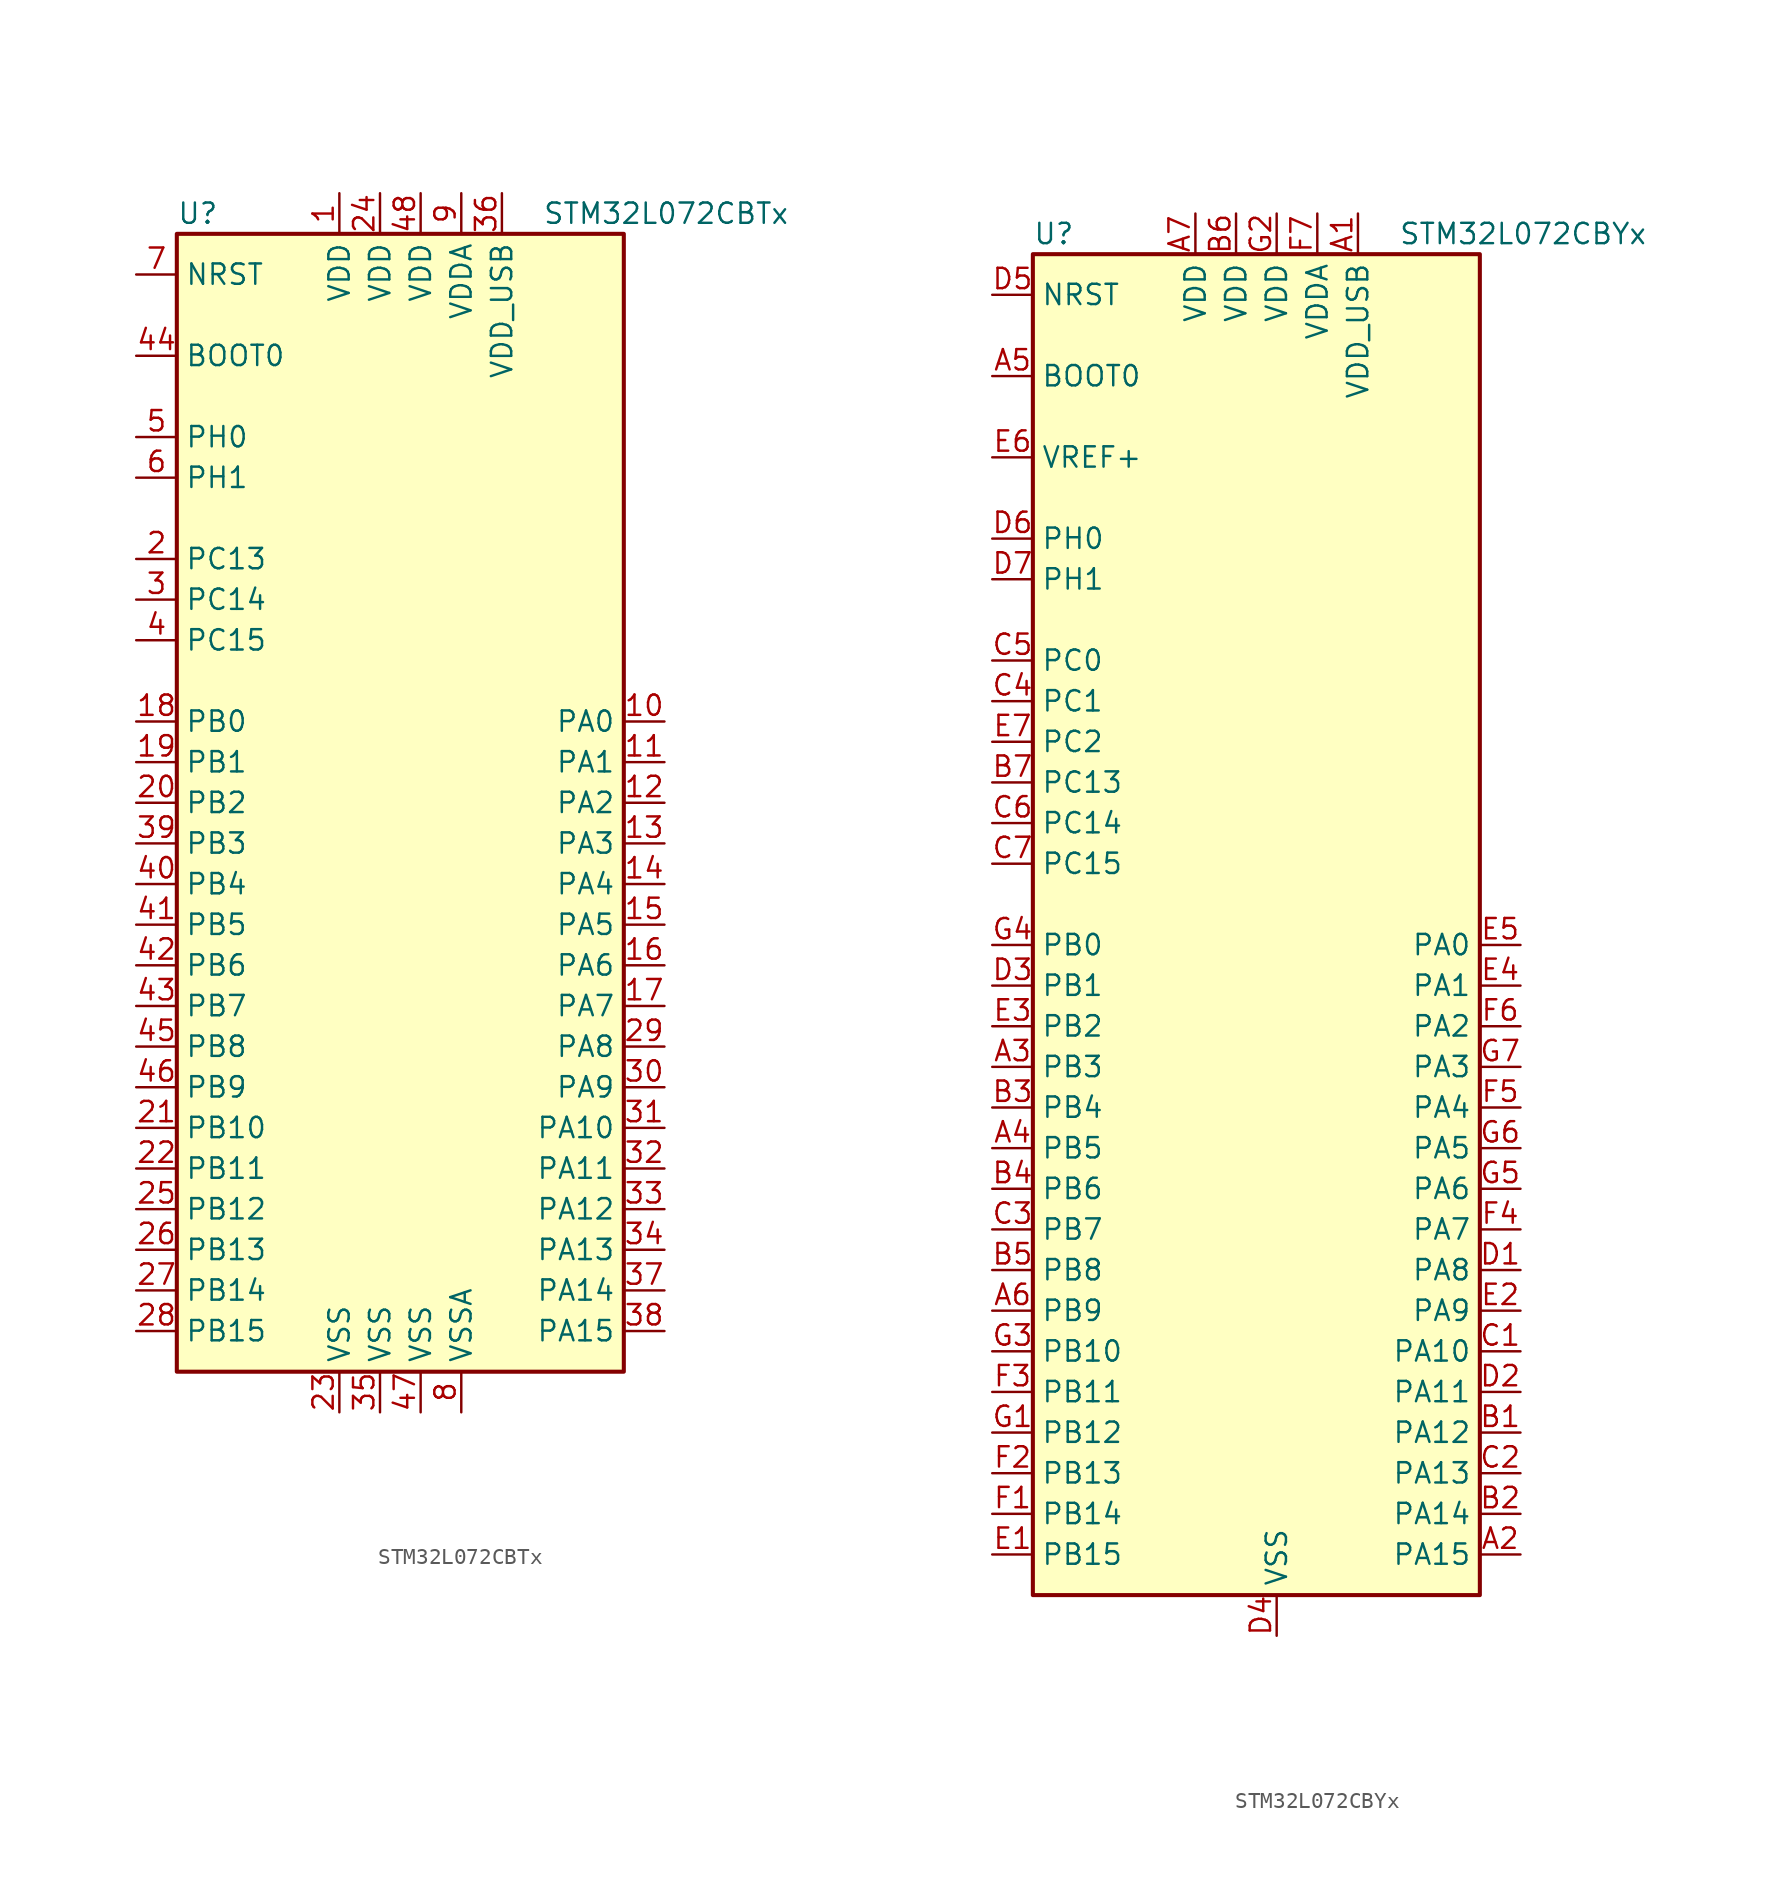
<source format=kicad_sym>
(kicad_symbol_lib
  (version 20211014)
  (generator kicad_symbol_editor)
  (symbol "STM32L072CBTx"
    (property "Reference" "U"
      (at -15.24 36.83 0)
      (effects (font (size 1.27 1.27)) (justify left)))
    (property "Value" "STM32L072CBTx"
      (at 7.62 36.83 0)
      (effects (font (size 1.27 1.27)) (justify left)))
    (symbol "STM32L072CBTx_0_1"
      (rectangle (start -15.24 -35.56) (end 12.7 35.56) (stroke (width 0.254) (type default) (color 0 0 0 0)) (fill (type background))))
    (symbol "STM32L072CBTx_1_1"
      (pin power_in line (at -5.08 38.1 270) (length 2.54) (name "VDD" (effects (font (size 1.27 1.27)))) (number "1" (effects (font (size 1.27 1.27)))))
      (pin bidirectional line (at 15.24 5.08 180) (length 2.54) (name "PA0" (effects (font (size 1.27 1.27)))) (number "10" (effects (font (size 1.27 1.27)))))
      (pin bidirectional line (at 15.24 2.54 180) (length 2.54) (name "PA1" (effects (font (size 1.27 1.27)))) (number "11" (effects (font (size 1.27 1.27)))))
      (pin bidirectional line (at 15.24 0 180) (length 2.54) (name "PA2" (effects (font (size 1.27 1.27)))) (number "12" (effects (font (size 1.27 1.27)))))
      (pin bidirectional line (at 15.24 -2.54 180) (length 2.54) (name "PA3" (effects (font (size 1.27 1.27)))) (number "13" (effects (font (size 1.27 1.27)))))
      (pin bidirectional line (at 15.24 -5.08 180) (length 2.54) (name "PA4" (effects (font (size 1.27 1.27)))) (number "14" (effects (font (size 1.27 1.27)))))
      (pin bidirectional line (at 15.24 -7.62 180) (length 2.54) (name "PA5" (effects (font (size 1.27 1.27)))) (number "15" (effects (font (size 1.27 1.27)))))
      (pin bidirectional line (at 15.24 -10.16 180) (length 2.54) (name "PA6" (effects (font (size 1.27 1.27)))) (number "16" (effects (font (size 1.27 1.27)))))
      (pin bidirectional line (at 15.24 -12.7 180) (length 2.54) (name "PA7" (effects (font (size 1.27 1.27)))) (number "17" (effects (font (size 1.27 1.27)))))
      (pin bidirectional line (at -17.78 5.08 0) (length 2.54) (name "PB0" (effects (font (size 1.27 1.27)))) (number "18" (effects (font (size 1.27 1.27)))))
      (pin bidirectional line (at -17.78 2.54 0) (length 2.54) (name "PB1" (effects (font (size 1.27 1.27)))) (number "19" (effects (font (size 1.27 1.27)))))
      (pin bidirectional line (at -17.78 15.24 0) (length 2.54) (name "PC13" (effects (font (size 1.27 1.27)))) (number "2" (effects (font (size 1.27 1.27)))))
      (pin bidirectional line (at -17.78 0 0) (length 2.54) (name "PB2" (effects (font (size 1.27 1.27)))) (number "20" (effects (font (size 1.27 1.27)))))
      (pin bidirectional line (at -17.78 -20.32 0) (length 2.54) (name "PB10" (effects (font (size 1.27 1.27)))) (number "21" (effects (font (size 1.27 1.27)))))
      (pin bidirectional line (at -17.78 -22.86 0) (length 2.54) (name "PB11" (effects (font (size 1.27 1.27)))) (number "22" (effects (font (size 1.27 1.27)))))
      (pin power_in line (at -5.08 -38.1 90) (length 2.54) (name "VSS" (effects (font (size 1.27 1.27)))) (number "23" (effects (font (size 1.27 1.27)))))
      (pin power_in line (at -2.54 38.1 270) (length 2.54) (name "VDD" (effects (font (size 1.27 1.27)))) (number "24" (effects (font (size 1.27 1.27)))))
      (pin bidirectional line (at -17.78 -25.4 0) (length 2.54) (name "PB12" (effects (font (size 1.27 1.27)))) (number "25" (effects (font (size 1.27 1.27)))))
      (pin bidirectional line (at -17.78 -27.94 0) (length 2.54) (name "PB13" (effects (font (size 1.27 1.27)))) (number "26" (effects (font (size 1.27 1.27)))))
      (pin bidirectional line (at -17.78 -30.48 0) (length 2.54) (name "PB14" (effects (font (size 1.27 1.27)))) (number "27" (effects (font (size 1.27 1.27)))))
      (pin bidirectional line (at -17.78 -33.02 0) (length 2.54) (name "PB15" (effects (font (size 1.27 1.27)))) (number "28" (effects (font (size 1.27 1.27)))))
      (pin bidirectional line (at 15.24 -15.24 180) (length 2.54) (name "PA8" (effects (font (size 1.27 1.27)))) (number "29" (effects (font (size 1.27 1.27)))))
      (pin bidirectional line (at -17.78 12.7 0) (length 2.54) (name "PC14" (effects (font (size 1.27 1.27)))) (number "3" (effects (font (size 1.27 1.27)))))
      (pin bidirectional line (at 15.24 -17.78 180) (length 2.54) (name "PA9" (effects (font (size 1.27 1.27)))) (number "30" (effects (font (size 1.27 1.27)))))
      (pin bidirectional line (at 15.24 -20.32 180) (length 2.54) (name "PA10" (effects (font (size 1.27 1.27)))) (number "31" (effects (font (size 1.27 1.27)))))
      (pin bidirectional line (at 15.24 -22.86 180) (length 2.54) (name "PA11" (effects (font (size 1.27 1.27)))) (number "32" (effects (font (size 1.27 1.27)))))
      (pin bidirectional line (at 15.24 -25.4 180) (length 2.54) (name "PA12" (effects (font (size 1.27 1.27)))) (number "33" (effects (font (size 1.27 1.27)))))
      (pin bidirectional line (at 15.24 -27.94 180) (length 2.54) (name "PA13" (effects (font (size 1.27 1.27)))) (number "34" (effects (font (size 1.27 1.27)))))
      (pin power_in line (at -2.54 -38.1 90) (length 2.54) (name "VSS" (effects (font (size 1.27 1.27)))) (number "35" (effects (font (size 1.27 1.27)))))
      (pin power_in line (at 5.08 38.1 270) (length 2.54) (name "VDD_USB" (effects (font (size 1.27 1.27)))) (number "36" (effects (font (size 1.27 1.27)))))
      (pin bidirectional line (at 15.24 -30.48 180) (length 2.54) (name "PA14" (effects (font (size 1.27 1.27)))) (number "37" (effects (font (size 1.27 1.27)))))
      (pin bidirectional line (at 15.24 -33.02 180) (length 2.54) (name "PA15" (effects (font (size 1.27 1.27)))) (number "38" (effects (font (size 1.27 1.27)))))
      (pin bidirectional line (at -17.78 -2.54 0) (length 2.54) (name "PB3" (effects (font (size 1.27 1.27)))) (number "39" (effects (font (size 1.27 1.27)))))
      (pin bidirectional line (at -17.78 10.16 0) (length 2.54) (name "PC15" (effects (font (size 1.27 1.27)))) (number "4" (effects (font (size 1.27 1.27)))))
      (pin bidirectional line (at -17.78 -5.08 0) (length 2.54) (name "PB4" (effects (font (size 1.27 1.27)))) (number "40" (effects (font (size 1.27 1.27)))))
      (pin bidirectional line (at -17.78 -7.62 0) (length 2.54) (name "PB5" (effects (font (size 1.27 1.27)))) (number "41" (effects (font (size 1.27 1.27)))))
      (pin bidirectional line (at -17.78 -10.16 0) (length 2.54) (name "PB6" (effects (font (size 1.27 1.27)))) (number "42" (effects (font (size 1.27 1.27)))))
      (pin bidirectional line (at -17.78 -12.7 0) (length 2.54) (name "PB7" (effects (font (size 1.27 1.27)))) (number "43" (effects (font (size 1.27 1.27)))))
      (pin input line (at -17.78 27.94 0) (length 2.54) (name "BOOT0" (effects (font (size 1.27 1.27)))) (number "44" (effects (font (size 1.27 1.27)))))
      (pin bidirectional line (at -17.78 -15.24 0) (length 2.54) (name "PB8" (effects (font (size 1.27 1.27)))) (number "45" (effects (font (size 1.27 1.27)))))
      (pin bidirectional line (at -17.78 -17.78 0) (length 2.54) (name "PB9" (effects (font (size 1.27 1.27)))) (number "46" (effects (font (size 1.27 1.27)))))
      (pin power_in line (at 0 -38.1 90) (length 2.54) (name "VSS" (effects (font (size 1.27 1.27)))) (number "47" (effects (font (size 1.27 1.27)))))
      (pin power_in line (at 0 38.1 270) (length 2.54) (name "VDD" (effects (font (size 1.27 1.27)))) (number "48" (effects (font (size 1.27 1.27)))))
      (pin input line (at -17.78 22.86 0) (length 2.54) (name "PH0" (effects (font (size 1.27 1.27)))) (number "5" (effects (font (size 1.27 1.27)))))
      (pin input line (at -17.78 20.32 0) (length 2.54) (name "PH1" (effects (font (size 1.27 1.27)))) (number "6" (effects (font (size 1.27 1.27)))))
      (pin input line (at -17.78 33.02 0) (length 2.54) (name "NRST" (effects (font (size 1.27 1.27)))) (number "7" (effects (font (size 1.27 1.27)))))
      (pin power_in line (at 2.54 -38.1 90) (length 2.54) (name "VSSA" (effects (font (size 1.27 1.27)))) (number "8" (effects (font (size 1.27 1.27)))))
      (pin power_in line (at 2.54 38.1 270) (length 2.54) (name "VDDA" (effects (font (size 1.27 1.27)))) (number "9" (effects (font (size 1.27 1.27)))))))
  (symbol "STM32L072CBYx"
    (property "Reference" "U"
      (at -15.24 41.91 0)
      (effects (font (size 1.27 1.27)) (justify left)))
    (property "Value" "STM32L072CBYx"
      (at 7.62 41.91 0)
      (effects (font (size 1.27 1.27)) (justify left)))
    (symbol "STM32L072CBYx_0_1"
      (rectangle (start -15.24 -43.18) (end 12.7 40.64) (stroke (width 0.254) (type default) (color 0 0 0 0)) (fill (type background))))
    (symbol "STM32L072CBYx_1_1"
      (pin power_in line (at 5.08 43.18 270) (length 2.54) (name "VDD_USB" (effects (font (size 1.27 1.27)))) (number "A1" (effects (font (size 1.27 1.27)))))
      (pin bidirectional line (at 15.24 -40.64 180) (length 2.54) (name "PA15" (effects (font (size 1.27 1.27)))) (number "A2" (effects (font (size 1.27 1.27)))))
      (pin bidirectional line (at -17.78 -10.16 0) (length 2.54) (name "PB3" (effects (font (size 1.27 1.27)))) (number "A3" (effects (font (size 1.27 1.27)))))
      (pin bidirectional line (at -17.78 -15.24 0) (length 2.54) (name "PB5" (effects (font (size 1.27 1.27)))) (number "A4" (effects (font (size 1.27 1.27)))))
      (pin input line (at -17.78 33.02 0) (length 2.54) (name "BOOT0" (effects (font (size 1.27 1.27)))) (number "A5" (effects (font (size 1.27 1.27)))))
      (pin bidirectional line (at -17.78 -25.4 0) (length 2.54) (name "PB9" (effects (font (size 1.27 1.27)))) (number "A6" (effects (font (size 1.27 1.27)))))
      (pin power_in line (at -5.08 43.18 270) (length 2.54) (name "VDD" (effects (font (size 1.27 1.27)))) (number "A7" (effects (font (size 1.27 1.27)))))
      (pin bidirectional line (at 15.24 -33.02 180) (length 2.54) (name "PA12" (effects (font (size 1.27 1.27)))) (number "B1" (effects (font (size 1.27 1.27)))))
      (pin bidirectional line (at 15.24 -38.1 180) (length 2.54) (name "PA14" (effects (font (size 1.27 1.27)))) (number "B2" (effects (font (size 1.27 1.27)))))
      (pin bidirectional line (at -17.78 -12.7 0) (length 2.54) (name "PB4" (effects (font (size 1.27 1.27)))) (number "B3" (effects (font (size 1.27 1.27)))))
      (pin bidirectional line (at -17.78 -17.78 0) (length 2.54) (name "PB6" (effects (font (size 1.27 1.27)))) (number "B4" (effects (font (size 1.27 1.27)))))
      (pin bidirectional line (at -17.78 -22.86 0) (length 2.54) (name "PB8" (effects (font (size 1.27 1.27)))) (number "B5" (effects (font (size 1.27 1.27)))))
      (pin power_in line (at -2.54 43.18 270) (length 2.54) (name "VDD" (effects (font (size 1.27 1.27)))) (number "B6" (effects (font (size 1.27 1.27)))))
      (pin bidirectional line (at -17.78 7.62 0) (length 2.54) (name "PC13" (effects (font (size 1.27 1.27)))) (number "B7" (effects (font (size 1.27 1.27)))))
      (pin bidirectional line (at 15.24 -27.94 180) (length 2.54) (name "PA10" (effects (font (size 1.27 1.27)))) (number "C1" (effects (font (size 1.27 1.27)))))
      (pin bidirectional line (at 15.24 -35.56 180) (length 2.54) (name "PA13" (effects (font (size 1.27 1.27)))) (number "C2" (effects (font (size 1.27 1.27)))))
      (pin bidirectional line (at -17.78 -20.32 0) (length 2.54) (name "PB7" (effects (font (size 1.27 1.27)))) (number "C3" (effects (font (size 1.27 1.27)))))
      (pin bidirectional line (at -17.78 12.7 0) (length 2.54) (name "PC1" (effects (font (size 1.27 1.27)))) (number "C4" (effects (font (size 1.27 1.27)))))
      (pin bidirectional line (at -17.78 15.24 0) (length 2.54) (name "PC0" (effects (font (size 1.27 1.27)))) (number "C5" (effects (font (size 1.27 1.27)))))
      (pin bidirectional line (at -17.78 5.08 0) (length 2.54) (name "PC14" (effects (font (size 1.27 1.27)))) (number "C6" (effects (font (size 1.27 1.27)))))
      (pin bidirectional line (at -17.78 2.54 0) (length 2.54) (name "PC15" (effects (font (size 1.27 1.27)))) (number "C7" (effects (font (size 1.27 1.27)))))
      (pin bidirectional line (at 15.24 -22.86 180) (length 2.54) (name "PA8" (effects (font (size 1.27 1.27)))) (number "D1" (effects (font (size 1.27 1.27)))))
      (pin bidirectional line (at 15.24 -30.48 180) (length 2.54) (name "PA11" (effects (font (size 1.27 1.27)))) (number "D2" (effects (font (size 1.27 1.27)))))
      (pin bidirectional line (at -17.78 -5.08 0) (length 2.54) (name "PB1" (effects (font (size 1.27 1.27)))) (number "D3" (effects (font (size 1.27 1.27)))))
      (pin power_in line (at 0 -45.72 90) (length 2.54) (name "VSS" (effects (font (size 1.27 1.27)))) (number "D4" (effects (font (size 1.27 1.27)))))
      (pin input line (at -17.78 38.1 0) (length 2.54) (name "NRST" (effects (font (size 1.27 1.27)))) (number "D5" (effects (font (size 1.27 1.27)))))
      (pin input line (at -17.78 22.86 0) (length 2.54) (name "PH0" (effects (font (size 1.27 1.27)))) (number "D6" (effects (font (size 1.27 1.27)))))
      (pin input line (at -17.78 20.32 0) (length 2.54) (name "PH1" (effects (font (size 1.27 1.27)))) (number "D7" (effects (font (size 1.27 1.27)))))
      (pin bidirectional line (at -17.78 -40.64 0) (length 2.54) (name "PB15" (effects (font (size 1.27 1.27)))) (number "E1" (effects (font (size 1.27 1.27)))))
      (pin bidirectional line (at 15.24 -25.4 180) (length 2.54) (name "PA9" (effects (font (size 1.27 1.27)))) (number "E2" (effects (font (size 1.27 1.27)))))
      (pin bidirectional line (at -17.78 -7.62 0) (length 2.54) (name "PB2" (effects (font (size 1.27 1.27)))) (number "E3" (effects (font (size 1.27 1.27)))))
      (pin bidirectional line (at 15.24 -5.08 180) (length 2.54) (name "PA1" (effects (font (size 1.27 1.27)))) (number "E4" (effects (font (size 1.27 1.27)))))
      (pin bidirectional line (at 15.24 -2.54 180) (length 2.54) (name "PA0" (effects (font (size 1.27 1.27)))) (number "E5" (effects (font (size 1.27 1.27)))))
      (pin power_in line (at -17.78 27.94 0) (length 2.54) (name "VREF+" (effects (font (size 1.27 1.27)))) (number "E6" (effects (font (size 1.27 1.27)))))
      (pin bidirectional line (at -17.78 10.16 0) (length 2.54) (name "PC2" (effects (font (size 1.27 1.27)))) (number "E7" (effects (font (size 1.27 1.27)))))
      (pin bidirectional line (at -17.78 -38.1 0) (length 2.54) (name "PB14" (effects (font (size 1.27 1.27)))) (number "F1" (effects (font (size 1.27 1.27)))))
      (pin bidirectional line (at -17.78 -35.56 0) (length 2.54) (name "PB13" (effects (font (size 1.27 1.27)))) (number "F2" (effects (font (size 1.27 1.27)))))
      (pin bidirectional line (at -17.78 -30.48 0) (length 2.54) (name "PB11" (effects (font (size 1.27 1.27)))) (number "F3" (effects (font (size 1.27 1.27)))))
      (pin bidirectional line (at 15.24 -20.32 180) (length 2.54) (name "PA7" (effects (font (size 1.27 1.27)))) (number "F4" (effects (font (size 1.27 1.27)))))
      (pin bidirectional line (at 15.24 -12.7 180) (length 2.54) (name "PA4" (effects (font (size 1.27 1.27)))) (number "F5" (effects (font (size 1.27 1.27)))))
      (pin bidirectional line (at 15.24 -7.62 180) (length 2.54) (name "PA2" (effects (font (size 1.27 1.27)))) (number "F6" (effects (font (size 1.27 1.27)))))
      (pin power_in line (at 2.54 43.18 270) (length 2.54) (name "VDDA" (effects (font (size 1.27 1.27)))) (number "F7" (effects (font (size 1.27 1.27)))))
      (pin bidirectional line (at -17.78 -33.02 0) (length 2.54) (name "PB12" (effects (font (size 1.27 1.27)))) (number "G1" (effects (font (size 1.27 1.27)))))
      (pin power_in line (at 0 43.18 270) (length 2.54) (name "VDD" (effects (font (size 1.27 1.27)))) (number "G2" (effects (font (size 1.27 1.27)))))
      (pin bidirectional line (at -17.78 -27.94 0) (length 2.54) (name "PB10" (effects (font (size 1.27 1.27)))) (number "G3" (effects (font (size 1.27 1.27)))))
      (pin bidirectional line (at -17.78 -2.54 0) (length 2.54) (name "PB0" (effects (font (size 1.27 1.27)))) (number "G4" (effects (font (size 1.27 1.27)))))
      (pin bidirectional line (at 15.24 -17.78 180) (length 2.54) (name "PA6" (effects (font (size 1.27 1.27)))) (number "G5" (effects (font (size 1.27 1.27)))))
      (pin bidirectional line (at 15.24 -15.24 180) (length 2.54) (name "PA5" (effects (font (size 1.27 1.27)))) (number "G6" (effects (font (size 1.27 1.27)))))
      (pin bidirectional line (at 15.24 -10.16 180) (length 2.54) (name "PA3" (effects (font (size 1.27 1.27)))) (number "G7" (effects (font (size 1.27 1.27))))))))
</source>
